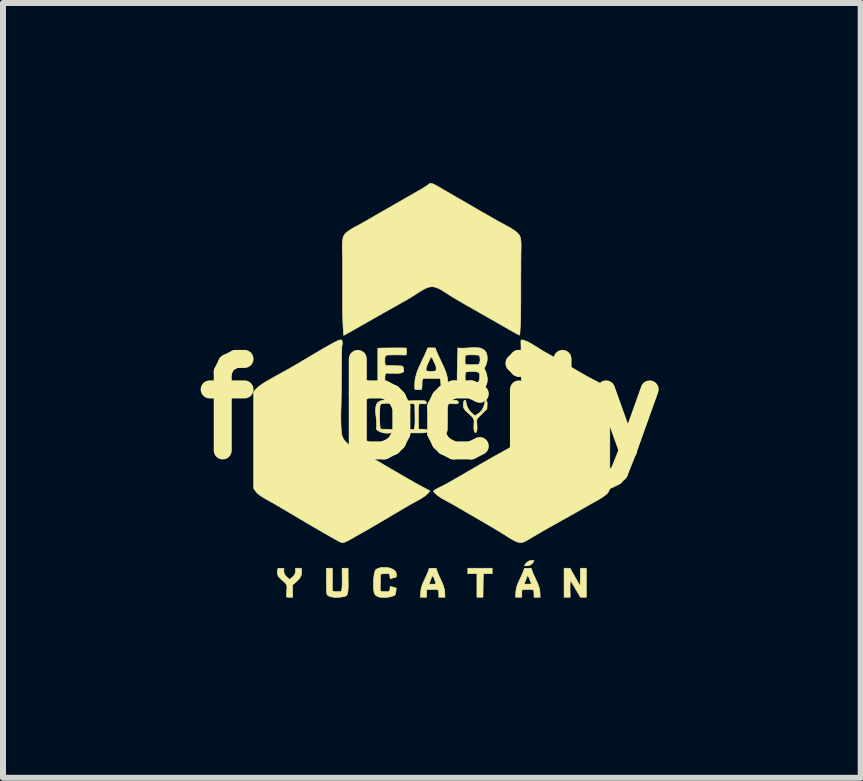
<source format=kicad_pcb>
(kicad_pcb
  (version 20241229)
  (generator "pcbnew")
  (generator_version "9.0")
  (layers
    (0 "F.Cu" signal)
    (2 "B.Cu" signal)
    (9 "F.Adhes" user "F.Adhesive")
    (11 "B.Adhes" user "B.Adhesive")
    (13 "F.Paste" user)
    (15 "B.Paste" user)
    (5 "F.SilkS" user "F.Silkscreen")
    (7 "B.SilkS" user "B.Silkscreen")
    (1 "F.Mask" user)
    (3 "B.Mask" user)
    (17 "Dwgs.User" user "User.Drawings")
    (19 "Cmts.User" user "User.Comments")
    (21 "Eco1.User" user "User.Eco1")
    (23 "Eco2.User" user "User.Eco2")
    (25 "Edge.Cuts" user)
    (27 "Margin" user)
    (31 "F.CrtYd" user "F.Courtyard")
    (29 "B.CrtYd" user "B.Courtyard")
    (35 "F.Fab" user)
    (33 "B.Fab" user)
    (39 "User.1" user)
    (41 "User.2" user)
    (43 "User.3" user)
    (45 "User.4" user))
  (footprint "fabcity"
    (layer "F.Cu")
    (at 4.144 3.764)
    (property "Reference" "fabcity" (at 0 0 0) (layer "F.SilkS") (effects (font (size 1.524 1.524) (thickness 0.3))))
    (attr through_hole)
    (fp_poly (pts (xy 1.005 2.743) (xy 0.861 2.743) (xy 0.858 2.757) (xy 0.858 2.763) (xy 0.857 2.776) (xy 0.857 2.794) (xy 0.856 2.818) (xy 0.855 2.846) (xy 0.855 2.877) (xy 0.854 2.911) (xy 0.854 2.947) (xy 0.854 2.953) (xy 0.852 3.135) (xy 0.751 3.135) (xy 0.751 2.743) (xy 0.599 2.743) (xy 0.599 2.652) (xy 1.005 2.652) (xy 1.005 2.743)) (stroke (width 0.01) (type solid)) (fill yes) (layer "F.SilkS"))
    (fp_poly (pts (xy 1.696 2.523) (xy 1.702 2.526) (xy 1.702 2.531) (xy 1.698 2.539) (xy 1.692 2.548) (xy 1.672 2.572) (xy 1.653 2.589) (xy 1.633 2.601) (xy 1.611 2.608) (xy 1.586 2.611) (xy 1.586 2.611) (xy 1.571 2.611) (xy 1.559 2.611) (xy 1.551 2.61) (xy 1.551 2.61) (xy 1.543 2.609) (xy 1.55 2.596) (xy 1.563 2.578) (xy 1.579 2.56) (xy 1.597 2.545) (xy 1.614 2.534) (xy 1.614 2.534) (xy 1.627 2.528) (xy 1.64 2.525) (xy 1.656 2.523) (xy 1.665 2.523) (xy 1.684 2.522) (xy 1.696 2.523)) (stroke (width 0.01) (type solid)) (fill yes) (layer "F.SilkS"))
    (fp_poly (pts (xy 2.317 2.679) (xy 2.322 2.689) (xy 2.331 2.704) (xy 2.342 2.724) (xy 2.355 2.746) (xy 2.369 2.77) (xy 2.381 2.792) (xy 2.395 2.816) (xy 2.409 2.839) (xy 2.421 2.861) (xy 2.431 2.879) (xy 2.438 2.893) (xy 2.443 2.901) (xy 2.45 2.914) (xy 2.456 2.925) (xy 2.46 2.931) (xy 2.465 2.94) (xy 2.469 2.93) (xy 2.47 2.924) (xy 2.471 2.911) (xy 2.471 2.893) (xy 2.472 2.871) (xy 2.473 2.846) (xy 2.473 2.818) (xy 2.473 2.801) (xy 2.474 2.772) (xy 2.474 2.744) (xy 2.474 2.719) (xy 2.474 2.698) (xy 2.474 2.682) (xy 2.474 2.671) (xy 2.474 2.668) (xy 2.475 2.652) (xy 2.573 2.652) (xy 2.573 3.135) (xy 2.475 3.135) (xy 2.46 3.107) (xy 2.453 3.095) (xy 2.443 3.078) (xy 2.431 3.058) (xy 2.418 3.037) (xy 2.406 3.017) (xy 2.392 2.994) (xy 2.377 2.968) (xy 2.362 2.943) (xy 2.348 2.919) (xy 2.34 2.905) (xy 2.331 2.889) (xy 2.322 2.875) (xy 2.316 2.864) (xy 2.311 2.859) (xy 2.31 2.858) (xy 2.308 2.866) (xy 2.306 2.881) (xy 2.304 2.901) (xy 2.303 2.927) (xy 2.302 2.957) (xy 2.302 2.99) (xy 2.302 3.027) (xy 2.303 3.034) (xy 2.305 3.135) (xy 2.203 3.135) (xy 2.203 2.652) (xy 2.303 2.652) (xy 2.317 2.679)) (stroke (width 0.01) (type solid)) (fill yes) (layer "F.SilkS"))
    (fp_poly (pts (xy -1.395 2.719) (xy -1.395 2.741) (xy -1.395 2.768) (xy -1.395 2.799) (xy -1.394 2.832) (xy -1.394 2.865) (xy -1.394 2.892) (xy -1.393 2.932) (xy -1.394 2.967) (xy -1.395 2.995) (xy -1.396 3.02) (xy -1.399 3.041) (xy -1.403 3.06) (xy -1.407 3.077) (xy -1.412 3.09) (xy -1.417 3.101) (xy -1.422 3.108) (xy -1.429 3.113) (xy -1.439 3.117) (xy -1.462 3.123) (xy -1.49 3.129) (xy -1.521 3.133) (xy -1.553 3.136) (xy -1.586 3.137) (xy -1.616 3.137) (xy -1.634 3.135) (xy -1.667 3.13) (xy -1.695 3.122) (xy -1.718 3.113) (xy -1.735 3.103) (xy -1.741 3.098) (xy -1.744 3.093) (xy -1.747 3.087) (xy -1.749 3.078) (xy -1.751 3.065) (xy -1.752 3.049) (xy -1.754 3.029) (xy -1.755 3.004) (xy -1.755 2.974) (xy -1.756 2.939) (xy -1.756 2.897) (xy -1.756 2.849) (xy -1.756 2.836) (xy -1.756 2.652) (xy -1.658 2.652) (xy -1.658 3.026) (xy -1.649 3.032) (xy -1.638 3.038) (xy -1.622 3.041) (xy -1.602 3.043) (xy -1.576 3.043) (xy -1.558 3.042) (xy -1.51 3.04) (xy -1.506 3.026) (xy -1.503 3.014) (xy -1.5 3.004) (xy -1.498 2.993) (xy -1.497 2.981) (xy -1.496 2.968) (xy -1.495 2.952) (xy -1.494 2.934) (xy -1.494 2.911) (xy -1.494 2.883) (xy -1.494 2.849) (xy -1.494 2.811) (xy -1.495 2.652) (xy -1.445 2.652) (xy -1.395 2.652) (xy -1.395 2.719)) (stroke (width 0.01) (type solid)) (fill yes) (layer "F.SilkS"))
    (fp_poly (pts (xy -2.465 2.688) (xy -2.465 2.706) (xy -2.464 2.718) (xy -2.462 2.729) (xy -2.458 2.739) (xy -2.456 2.744) (xy -2.449 2.758) (xy -2.441 2.771) (xy -2.436 2.778) (xy -2.43 2.784) (xy -2.421 2.794) (xy -2.409 2.804) (xy -2.397 2.815) (xy -2.386 2.825) (xy -2.376 2.833) (xy -2.369 2.837) (xy -2.368 2.838) (xy -2.363 2.835) (xy -2.355 2.829) (xy -2.344 2.819) (xy -2.331 2.808) (xy -2.319 2.796) (xy -2.308 2.785) (xy -2.299 2.776) (xy -2.296 2.772) (xy -2.284 2.753) (xy -2.276 2.731) (xy -2.272 2.707) (xy -2.271 2.684) (xy -2.271 2.652) (xy -2.174 2.652) (xy -2.172 2.664) (xy -2.17 2.679) (xy -2.17 2.698) (xy -2.17 2.719) (xy -2.172 2.739) (xy -2.175 2.756) (xy -2.175 2.759) (xy -2.182 2.779) (xy -2.19 2.798) (xy -2.201 2.816) (xy -2.216 2.835) (xy -2.235 2.855) (xy -2.259 2.877) (xy -2.276 2.892) (xy -2.319 2.929) (xy -2.319 3.135) (xy -2.368 3.135) (xy -2.388 3.135) (xy -2.402 3.135) (xy -2.411 3.134) (xy -2.416 3.132) (xy -2.419 3.13) (xy -2.419 3.129) (xy -2.42 3.124) (xy -2.42 3.112) (xy -2.42 3.095) (xy -2.419 3.074) (xy -2.418 3.051) (xy -2.417 3.026) (xy -2.415 3) (xy -2.414 2.993) (xy -2.414 2.969) (xy -2.416 2.948) (xy -2.422 2.929) (xy -2.432 2.91) (xy -2.447 2.892) (xy -2.468 2.872) (xy -2.491 2.853) (xy -2.515 2.832) (xy -2.534 2.815) (xy -2.548 2.799) (xy -2.558 2.784) (xy -2.565 2.769) (xy -2.569 2.752) (xy -2.571 2.733) (xy -2.572 2.725) (xy -2.572 2.702) (xy -2.57 2.683) (xy -2.568 2.672) (xy -2.563 2.654) (xy -2.514 2.653) (xy -2.465 2.652) (xy -2.465 2.688)) (stroke (width 0.01) (type solid)) (fill yes) (layer "F.SilkS"))
    (fp_poly (pts (xy 0.076 2.668) (xy 0.084 2.692) (xy 0.095 2.723) (xy 0.111 2.759) (xy 0.129 2.801) (xy 0.142 2.828) (xy 0.161 2.869) (xy 0.177 2.906) (xy 0.19 2.939) (xy 0.199 2.969) (xy 0.207 2.998) (xy 0.212 3.027) (xy 0.215 3.057) (xy 0.217 3.085) (xy 0.219 3.135) (xy 0.116 3.135) (xy 0.116 3.083) (xy 0.116 3.057) (xy 0.114 3.038) (xy 0.113 3.026) (xy 0.111 3.023) (xy 0.107 3.017) (xy 0.099 3.012) (xy 0.087 3.009) (xy 0.071 3.007) (xy 0.05 3.006) (xy 0.023 3.006) (xy -0.01 3.007) (xy -0.083 3.009) (xy -0.086 3.02) (xy -0.087 3.028) (xy -0.088 3.041) (xy -0.088 3.058) (xy -0.088 3.078) (xy -0.088 3.083) (xy -0.087 3.135) (xy -0.19 3.135) (xy -0.188 3.08) (xy -0.186 3.05) (xy -0.183 3.023) (xy -0.179 2.998) (xy -0.174 2.973) (xy -0.166 2.947) (xy -0.156 2.919) (xy -0.154 2.915) (xy -0.047 2.915) (xy -0.044 2.916) (xy -0.034 2.917) (xy -0.02 2.917) (xy -0.002 2.917) (xy 0.009 2.917) (xy 0.065 2.917) (xy 0.065 2.909) (xy 0.064 2.899) (xy 0.06 2.884) (xy 0.055 2.866) (xy 0.049 2.848) (xy 0.043 2.831) (xy 0.037 2.817) (xy 0.036 2.815) (xy 0.028 2.803) (xy 0.02 2.791) (xy 0.015 2.785) (xy 0.005 2.776) (xy 0.000221 2.791) (xy -0.003 2.8) (xy -0.008 2.814) (xy -0.015 2.831) (xy -0.022 2.851) (xy -0.026 2.86) (xy -0.033 2.878) (xy -0.039 2.894) (xy -0.044 2.906) (xy -0.047 2.914) (xy -0.047 2.915) (xy -0.154 2.915) (xy -0.143 2.888) (xy -0.126 2.852) (xy -0.114 2.825) (xy -0.098 2.793) (xy -0.086 2.766) (xy -0.076 2.743) (xy -0.068 2.724) (xy -0.061 2.707) (xy -0.056 2.692) (xy -0.051 2.676) (xy -0.045 2.654) (xy 0.014 2.653) (xy 0.072 2.652) (xy 0.076 2.668)) (stroke (width 0.01) (type solid)) (fill yes) (layer "F.SilkS"))
    (fp_poly (pts (xy 0.565 -0.143) (xy 0.566 -0.137) (xy 0.566 -0.136) (xy 0.567 -0.123) (xy 0.57 -0.105) (xy 0.575 -0.085) (xy 0.581 -0.065) (xy 0.587 -0.046) (xy 0.588 -0.043) (xy 0.606 -0.006) (xy 0.629 0.029) (xy 0.657 0.061) (xy 0.688 0.088) (xy 0.698 0.096) (xy 0.718 0.11) (xy 0.743 0.097) (xy 0.778 0.074) (xy 0.809 0.048) (xy 0.834 0.017) (xy 0.855 -0.019) (xy 0.871 -0.061) (xy 0.883 -0.108) (xy 0.886 -0.121) (xy 0.889 -0.135) (xy 0.892 -0.142) (xy 0.896 -0.145) (xy 0.903 -0.142) (xy 0.906 -0.14) (xy 0.912 -0.134) (xy 0.917 -0.126) (xy 0.919 -0.114) (xy 0.921 -0.098) (xy 0.921 -0.076) (xy 0.92 -0.056) (xy 0.918 -0.003) (xy 0.835 0.079) (xy 0.811 0.103) (xy 0.792 0.121) (xy 0.777 0.137) (xy 0.766 0.15) (xy 0.758 0.162) (xy 0.752 0.173) (xy 0.749 0.184) (xy 0.748 0.197) (xy 0.748 0.212) (xy 0.749 0.23) (xy 0.751 0.252) (xy 0.751 0.258) (xy 0.752 0.28) (xy 0.753 0.301) (xy 0.754 0.319) (xy 0.753 0.333) (xy 0.753 0.337) (xy 0.749 0.355) (xy 0.744 0.372) (xy 0.737 0.385) (xy 0.732 0.391) (xy 0.728 0.393) (xy 0.723 0.391) (xy 0.717 0.384) (xy 0.711 0.374) (xy 0.706 0.364) (xy 0.703 0.351) (xy 0.701 0.337) (xy 0.7 0.318) (xy 0.7 0.294) (xy 0.701 0.265) (xy 0.702 0.249) (xy 0.703 0.222) (xy 0.703 0.202) (xy 0.702 0.187) (xy 0.701 0.179) (xy 0.693 0.16) (xy 0.68 0.14) (xy 0.661 0.118) (xy 0.636 0.094) (xy 0.625 0.084) (xy 0.598 0.061) (xy 0.577 0.041) (xy 0.56 0.024) (xy 0.548 0.009) (xy 0.538 -0.005) (xy 0.535 -0.011) (xy 0.53 -0.021) (xy 0.527 -0.03) (xy 0.525 -0.04) (xy 0.525 -0.053) (xy 0.524 -0.067) (xy 0.525 -0.089) (xy 0.527 -0.105) (xy 0.53 -0.119) (xy 0.532 -0.123) (xy 0.536 -0.135) (xy 0.54 -0.141) (xy 0.545 -0.143) (xy 0.553 -0.144) (xy 0.561 -0.145) (xy 0.565 -0.143)) (stroke (width 0.01) (type solid)) (fill yes) (layer "F.SilkS"))
    (fp_poly (pts (xy 1.663 2.673) (xy 1.669 2.691) (xy 1.675 2.709) (xy 1.683 2.729) (xy 1.692 2.751) (xy 1.704 2.778) (xy 1.719 2.809) (xy 1.723 2.818) (xy 1.742 2.859) (xy 1.758 2.894) (xy 1.77 2.926) (xy 1.781 2.954) (xy 1.788 2.981) (xy 1.794 3.006) (xy 1.798 3.032) (xy 1.801 3.059) (xy 1.802 3.083) (xy 1.805 3.135) (xy 1.702 3.135) (xy 1.702 3.083) (xy 1.701 3.057) (xy 1.7 3.038) (xy 1.698 3.026) (xy 1.697 3.023) (xy 1.692 3.017) (xy 1.685 3.012) (xy 1.673 3.009) (xy 1.656 3.007) (xy 1.635 3.006) (xy 1.607 3.006) (xy 1.577 3.007) (xy 1.505 3.009) (xy 1.502 3.019) (xy 1.5 3.026) (xy 1.499 3.038) (xy 1.499 3.055) (xy 1.498 3.074) (xy 1.498 3.082) (xy 1.498 3.135) (xy 1.396 3.135) (xy 1.398 3.08) (xy 1.399 3.052) (xy 1.401 3.028) (xy 1.405 3.004) (xy 1.409 2.982) (xy 1.415 2.958) (xy 1.424 2.934) (xy 1.432 2.913) (xy 1.539 2.913) (xy 1.542 2.915) (xy 1.551 2.916) (xy 1.564 2.916) (xy 1.581 2.917) (xy 1.598 2.917) (xy 1.615 2.916) (xy 1.63 2.916) (xy 1.642 2.915) (xy 1.649 2.914) (xy 1.658 2.911) (xy 1.662 2.908) (xy 1.662 2.908) (xy 1.66 2.905) (xy 1.655 2.897) (xy 1.653 2.894) (xy 1.648 2.885) (xy 1.642 2.871) (xy 1.636 2.855) (xy 1.633 2.846) (xy 1.623 2.818) (xy 1.613 2.798) (xy 1.603 2.784) (xy 1.597 2.78) (xy 1.593 2.778) (xy 1.59 2.78) (xy 1.587 2.787) (xy 1.584 2.795) (xy 1.581 2.806) (xy 1.575 2.821) (xy 1.568 2.839) (xy 1.56 2.858) (xy 1.559 2.863) (xy 1.551 2.88) (xy 1.545 2.895) (xy 1.541 2.906) (xy 1.539 2.912) (xy 1.539 2.913) (xy 1.432 2.913) (xy 1.434 2.907) (xy 1.447 2.876) (xy 1.463 2.841) (xy 1.481 2.805) (xy 1.492 2.781) (xy 1.503 2.756) (xy 1.513 2.732) (xy 1.522 2.712) (xy 1.528 2.695) (xy 1.529 2.692) (xy 1.542 2.654) (xy 1.6 2.653) (xy 1.658 2.652) (xy 1.663 2.673)) (stroke (width 0.01) (type solid)) (fill yes) (layer "F.SilkS"))
    (fp_poly (pts (xy 0.348 -0.146) (xy 0.367 -0.146) (xy 0.382 -0.146) (xy 0.393 -0.145) (xy 0.402 -0.145) (xy 0.408 -0.144) (xy 0.412 -0.143) (xy 0.416 -0.141) (xy 0.418 -0.14) (xy 0.429 -0.133) (xy 0.438 -0.125) (xy 0.439 -0.123) (xy 0.444 -0.113) (xy 0.442 -0.103) (xy 0.433 -0.095) (xy 0.427 -0.092) (xy 0.422 -0.09) (xy 0.416 -0.088) (xy 0.408 -0.088) (xy 0.396 -0.087) (xy 0.38 -0.088) (xy 0.358 -0.088) (xy 0.348 -0.089) (xy 0.323 -0.089) (xy 0.305 -0.09) (xy 0.291 -0.089) (xy 0.283 -0.089) (xy 0.278 -0.087) (xy 0.277 -0.086) (xy 0.274 -0.081) (xy 0.271 -0.07) (xy 0.267 -0.057) (xy 0.266 -0.054) (xy 0.265 -0.048) (xy 0.263 -0.041) (xy 0.262 -0.033) (xy 0.261 -0.023) (xy 0.261 -0.01) (xy 0.26 0.005) (xy 0.26 0.024) (xy 0.26 0.048) (xy 0.26 0.077) (xy 0.259 0.111) (xy 0.259 0.152) (xy 0.259 0.158) (xy 0.259 0.2) (xy 0.259 0.235) (xy 0.259 0.265) (xy 0.259 0.289) (xy 0.259 0.309) (xy 0.258 0.325) (xy 0.257 0.337) (xy 0.257 0.347) (xy 0.256 0.356) (xy 0.254 0.363) (xy 0.253 0.369) (xy 0.253 0.369) (xy 0.249 0.382) (xy 0.246 0.392) (xy 0.243 0.397) (xy 0.243 0.397) (xy 0.24 0.396) (xy 0.234 0.39) (xy 0.233 0.387) (xy 0.224 0.369) (xy 0.216 0.344) (xy 0.21 0.315) (xy 0.21 0.314) (xy 0.209 0.303) (xy 0.208 0.289) (xy 0.207 0.27) (xy 0.208 0.247) (xy 0.208 0.218) (xy 0.209 0.189) (xy 0.211 0.134) (xy 0.212 0.087) (xy 0.212 0.046) (xy 0.212 0.012) (xy 0.211 -0.016) (xy 0.21 -0.038) (xy 0.208 -0.053) (xy 0.207 -0.055) (xy 0.205 -0.068) (xy 0.202 -0.076) (xy 0.198 -0.08) (xy 0.192 -0.083) (xy 0.187 -0.084) (xy 0.177 -0.086) (xy 0.159 -0.087) (xy 0.135 -0.088) (xy 0.104 -0.088) (xy 0.099 -0.088) (xy 0.025 -0.087) (xy 0.025 -0.112) (xy 0.026 -0.127) (xy 0.028 -0.137) (xy 0.03 -0.141) (xy 0.035 -0.142) (xy 0.046 -0.142) (xy 0.065 -0.143) (xy 0.089 -0.144) (xy 0.12 -0.144) (xy 0.156 -0.145) (xy 0.198 -0.145) (xy 0.22 -0.146) (xy 0.261 -0.146) (xy 0.296 -0.146) (xy 0.325 -0.146) (xy 0.348 -0.146)) (stroke (width 0.01) (type solid)) (fill yes) (layer "F.SilkS"))
    (fp_poly (pts (xy -0.526 -1.018) (xy -0.499 -1.018) (xy -0.478 -1.018) (xy -0.461 -1.017) (xy -0.448 -1.017) (xy -0.439 -1.016) (xy -0.432 -1.016) (xy -0.428 -1.015) (xy -0.426 -1.014) (xy -0.425 -1.013) (xy -0.424 -1.007) (xy -0.423 -0.996) (xy -0.423 -0.98) (xy -0.423 -0.962) (xy -0.423 -0.959) (xy -0.423 -0.938) (xy -0.424 -0.923) (xy -0.425 -0.913) (xy -0.427 -0.907) (xy -0.428 -0.906) (xy -0.43 -0.904) (xy -0.433 -0.902) (xy -0.437 -0.901) (xy -0.445 -0.901) (xy -0.455 -0.9) (xy -0.47 -0.9) (xy -0.489 -0.901) (xy -0.514 -0.901) (xy -0.545 -0.902) (xy -0.553 -0.902) (xy -0.596 -0.902) (xy -0.636 -0.902) (xy -0.672 -0.902) (xy -0.702 -0.901) (xy -0.728 -0.9) (xy -0.747 -0.898) (xy -0.76 -0.895) (xy -0.763 -0.894) (xy -0.771 -0.887) (xy -0.777 -0.874) (xy -0.781 -0.853) (xy -0.783 -0.825) (xy -0.783 -0.823) (xy -0.783 -0.795) (xy -0.782 -0.77) (xy -0.779 -0.751) (xy -0.775 -0.736) (xy -0.77 -0.729) (xy -0.768 -0.727) (xy -0.763 -0.727) (xy -0.751 -0.726) (xy -0.734 -0.725) (xy -0.712 -0.724) (xy -0.686 -0.724) (xy -0.658 -0.723) (xy -0.631 -0.722) (xy -0.594 -0.721) (xy -0.562 -0.721) (xy -0.536 -0.719) (xy -0.515 -0.718) (xy -0.501 -0.717) (xy -0.494 -0.716) (xy -0.493 -0.716) (xy -0.484 -0.708) (xy -0.477 -0.694) (xy -0.472 -0.673) (xy -0.469 -0.652) (xy -0.467 -0.622) (xy -0.485 -0.613) (xy -0.495 -0.608) (xy -0.505 -0.604) (xy -0.515 -0.601) (xy -0.528 -0.598) (xy -0.544 -0.597) (xy -0.563 -0.596) (xy -0.587 -0.595) (xy -0.616 -0.595) (xy -0.651 -0.596) (xy -0.656 -0.596) (xy -0.767 -0.597) (xy -0.775 -0.577) (xy -0.777 -0.571) (xy -0.778 -0.564) (xy -0.78 -0.555) (xy -0.781 -0.544) (xy -0.781 -0.53) (xy -0.782 -0.512) (xy -0.782 -0.489) (xy -0.783 -0.459) (xy -0.783 -0.445) (xy -0.784 -0.333) (xy -0.794 -0.33) (xy -0.804 -0.327) (xy -0.82 -0.326) (xy -0.838 -0.325) (xy -0.855 -0.325) (xy -0.87 -0.326) (xy -0.877 -0.327) (xy -0.888 -0.329) (xy -0.895 -0.331) (xy -0.896 -0.332) (xy -0.897 -0.336) (xy -0.898 -0.347) (xy -0.898 -0.365) (xy -0.899 -0.39) (xy -0.899 -0.422) (xy -0.899 -0.46) (xy -0.9 -0.505) (xy -0.9 -0.556) (xy -0.9 -0.613) (xy -0.9 -0.673) (xy -0.9 -1.011) (xy -0.877 -1.014) (xy -0.869 -1.015) (xy -0.855 -1.015) (xy -0.835 -1.016) (xy -0.81 -1.016) (xy -0.78 -1.017) (xy -0.747 -1.017) (xy -0.711 -1.017) (xy -0.673 -1.018) (xy -0.641 -1.018) (xy -0.596 -1.018) (xy -0.558 -1.018) (xy -0.526 -1.018)) (stroke (width 0.01) (type solid)) (fill yes) (layer "F.SilkS"))
    (fp_poly (pts (xy -0.761 2.64) (xy -0.736 2.642) (xy -0.715 2.645) (xy -0.706 2.647) (xy -0.671 2.659) (xy -0.642 2.674) (xy -0.619 2.692) (xy -0.603 2.713) (xy -0.593 2.736) (xy -0.591 2.761) (xy -0.591 2.78) (xy -0.594 2.794) (xy -0.599 2.802) (xy -0.607 2.805) (xy -0.609 2.805) (xy -0.618 2.806) (xy -0.631 2.809) (xy -0.646 2.813) (xy -0.654 2.816) (xy -0.669 2.82) (xy -0.682 2.824) (xy -0.69 2.826) (xy -0.692 2.827) (xy -0.694 2.823) (xy -0.696 2.814) (xy -0.697 2.802) (xy -0.698 2.799) (xy -0.699 2.781) (xy -0.703 2.765) (xy -0.706 2.757) (xy -0.713 2.743) (xy -0.769 2.743) (xy -0.796 2.744) (xy -0.817 2.745) (xy -0.833 2.746) (xy -0.844 2.749) (xy -0.85 2.754) (xy -0.854 2.759) (xy -0.855 2.761) (xy -0.855 2.767) (xy -0.856 2.779) (xy -0.857 2.796) (xy -0.857 2.819) (xy -0.858 2.844) (xy -0.859 2.873) (xy -0.859 2.898) (xy -0.859 2.931) (xy -0.86 2.959) (xy -0.86 2.98) (xy -0.86 2.996) (xy -0.859 3.009) (xy -0.859 3.017) (xy -0.858 3.023) (xy -0.857 3.027) (xy -0.855 3.029) (xy -0.854 3.031) (xy -0.842 3.037) (xy -0.825 3.041) (xy -0.801 3.043) (xy -0.772 3.042) (xy -0.759 3.042) (xy -0.74 3.041) (xy -0.727 3.039) (xy -0.718 3.038) (xy -0.713 3.036) (xy -0.709 3.033) (xy -0.706 3.029) (xy -0.702 3.022) (xy -0.7 3.011) (xy -0.698 2.996) (xy -0.697 2.988) (xy -0.696 2.971) (xy -0.694 2.961) (xy -0.692 2.957) (xy -0.691 2.957) (xy -0.68 2.958) (xy -0.664 2.962) (xy -0.646 2.966) (xy -0.628 2.972) (xy -0.621 2.974) (xy -0.594 2.984) (xy -0.596 3.015) (xy -0.599 3.038) (xy -0.603 3.059) (xy -0.607 3.078) (xy -0.613 3.093) (xy -0.615 3.097) (xy -0.621 3.102) (xy -0.633 3.108) (xy -0.65 3.115) (xy -0.669 3.121) (xy -0.691 3.127) (xy -0.712 3.132) (xy -0.72 3.133) (xy -0.741 3.136) (xy -0.766 3.138) (xy -0.793 3.138) (xy -0.82 3.138) (xy -0.845 3.137) (xy -0.865 3.134) (xy -0.87 3.133) (xy -0.9 3.124) (xy -0.925 3.111) (xy -0.943 3.094) (xy -0.956 3.074) (xy -0.961 3.058) (xy -0.967 3.026) (xy -0.97 2.988) (xy -0.972 2.946) (xy -0.972 2.902) (xy -0.971 2.858) (xy -0.968 2.815) (xy -0.963 2.774) (xy -0.958 2.742) (xy -0.951 2.715) (xy -0.944 2.695) (xy -0.936 2.681) (xy -0.93 2.674) (xy -0.919 2.666) (xy -0.903 2.658) (xy -0.884 2.651) (xy -0.864 2.645) (xy -0.856 2.643) (xy -0.837 2.64) (xy -0.814 2.639) (xy -0.788 2.639) (xy -0.761 2.64)) (stroke (width 0.01) (type solid)) (fill yes) (layer "F.SilkS"))
    (fp_poly (pts (xy -0.733 -0.151) (xy -0.695 -0.147) (xy -0.66 -0.141) (xy -0.628 -0.131) (xy -0.6 -0.12) (xy -0.578 -0.106) (xy -0.565 -0.094) (xy -0.556 -0.084) (xy -0.553 -0.075) (xy -0.552 -0.065) (xy -0.555 -0.047) (xy -0.565 -0.03) (xy -0.581 -0.015) (xy -0.585 -0.012) (xy -0.595 -0.006) (xy -0.603 -0.004) (xy -0.607 -0.008) (xy -0.61 -0.017) (xy -0.611 -0.032) (xy -0.611 -0.044) (xy -0.612 -0.06) (xy -0.612 -0.07) (xy -0.613 -0.076) (xy -0.616 -0.08) (xy -0.62 -0.082) (xy -0.621 -0.082) (xy -0.628 -0.085) (xy -0.641 -0.088) (xy -0.657 -0.091) (xy -0.664 -0.093) (xy -0.688 -0.096) (xy -0.715 -0.097) (xy -0.745 -0.097) (xy -0.774 -0.096) (xy -0.802 -0.094) (xy -0.825 -0.09) (xy -0.833 -0.088) (xy -0.841 -0.086) (xy -0.847 -0.084) (xy -0.852 -0.081) (xy -0.856 -0.077) (xy -0.859 -0.071) (xy -0.862 -0.061) (xy -0.863 -0.048) (xy -0.865 -0.03) (xy -0.866 -0.006) (xy -0.867 0.023) (xy -0.868 0.035) (xy -0.869 0.072) (xy -0.87 0.104) (xy -0.87 0.134) (xy -0.87 0.164) (xy -0.869 0.197) (xy -0.868 0.217) (xy -0.866 0.248) (xy -0.865 0.273) (xy -0.863 0.293) (xy -0.862 0.307) (xy -0.861 0.317) (xy -0.859 0.324) (xy -0.857 0.329) (xy -0.854 0.331) (xy -0.85 0.333) (xy -0.846 0.334) (xy -0.838 0.335) (xy -0.825 0.336) (xy -0.807 0.337) (xy -0.785 0.337) (xy -0.762 0.337) (xy -0.758 0.337) (xy -0.734 0.338) (xy -0.711 0.338) (xy -0.691 0.339) (xy -0.675 0.34) (xy -0.665 0.341) (xy -0.664 0.341) (xy -0.648 0.344) (xy -0.636 0.343) (xy -0.627 0.337) (xy -0.621 0.326) (xy -0.616 0.309) (xy -0.614 0.294) (xy -0.611 0.277) (xy -0.609 0.265) (xy -0.606 0.258) (xy -0.601 0.255) (xy -0.593 0.254) (xy -0.582 0.254) (xy -0.58 0.254) (xy -0.567 0.254) (xy -0.559 0.255) (xy -0.555 0.257) (xy -0.552 0.262) (xy -0.551 0.264) (xy -0.548 0.279) (xy -0.547 0.296) (xy -0.549 0.314) (xy -0.553 0.327) (xy -0.567 0.348) (xy -0.587 0.365) (xy -0.613 0.38) (xy -0.644 0.391) (xy -0.648 0.392) (xy -0.668 0.396) (xy -0.693 0.399) (xy -0.72 0.401) (xy -0.747 0.402) (xy -0.772 0.401) (xy -0.789 0.399) (xy -0.824 0.392) (xy -0.856 0.381) (xy -0.883 0.368) (xy -0.905 0.353) (xy -0.911 0.348) (xy -0.926 0.333) (xy -0.923 0.313) (xy -0.921 0.29) (xy -0.92 0.262) (xy -0.921 0.23) (xy -0.922 0.196) (xy -0.925 0.161) (xy -0.929 0.131) (xy -0.935 0.078) (xy -0.937 0.032) (xy -0.937 -0.008) (xy -0.932 -0.042) (xy -0.925 -0.07) (xy -0.914 -0.092) (xy -0.913 -0.093) (xy -0.897 -0.112) (xy -0.874 -0.127) (xy -0.846 -0.139) (xy -0.813 -0.147) (xy -0.775 -0.151) (xy -0.735 -0.151) (xy -0.733 -0.151)) (stroke (width 0.01) (type solid)) (fill yes) (layer "F.SilkS"))
    (fp_poly (pts (xy -0.171 -0.139) (xy -0.15 -0.139) (xy -0.133 -0.139) (xy -0.122 -0.138) (xy -0.118 -0.137) (xy -0.104 -0.13) (xy -0.094 -0.119) (xy -0.089 -0.11) (xy -0.089 -0.101) (xy -0.095 -0.094) (xy -0.098 -0.091) (xy -0.103 -0.088) (xy -0.109 -0.087) (xy -0.119 -0.087) (xy -0.133 -0.088) (xy -0.146 -0.088) (xy -0.172 -0.089) (xy -0.192 -0.088) (xy -0.205 -0.085) (xy -0.213 -0.081) (xy -0.216 -0.077) (xy -0.218 -0.064) (xy -0.22 -0.044) (xy -0.222 -0.017) (xy -0.223 0.016) (xy -0.224 0.057) (xy -0.224 0.105) (xy -0.224 0.159) (xy -0.224 0.171) (xy -0.224 0.21) (xy -0.224 0.242) (xy -0.223 0.268) (xy -0.223 0.289) (xy -0.222 0.304) (xy -0.222 0.316) (xy -0.221 0.324) (xy -0.22 0.329) (xy -0.219 0.332) (xy -0.218 0.333) (xy -0.212 0.334) (xy -0.201 0.335) (xy -0.185 0.336) (xy -0.166 0.337) (xy -0.153 0.337) (xy -0.131 0.338) (xy -0.114 0.339) (xy -0.103 0.341) (xy -0.095 0.342) (xy -0.089 0.344) (xy -0.084 0.347) (xy -0.075 0.356) (xy -0.074 0.365) (xy -0.079 0.375) (xy -0.08 0.376) (xy -0.085 0.381) (xy -0.09 0.386) (xy -0.096 0.389) (xy -0.103 0.392) (xy -0.113 0.394) (xy -0.126 0.395) (xy -0.142 0.396) (xy -0.163 0.397) (xy -0.19 0.397) (xy -0.222 0.397) (xy -0.243 0.397) (xy -0.274 0.397) (xy -0.303 0.397) (xy -0.33 0.397) (xy -0.354 0.396) (xy -0.373 0.396) (xy -0.387 0.395) (xy -0.393 0.395) (xy -0.409 0.392) (xy -0.423 0.388) (xy -0.435 0.383) (xy -0.442 0.378) (xy -0.443 0.375) (xy -0.44 0.364) (xy -0.432 0.353) (xy -0.422 0.344) (xy -0.419 0.343) (xy -0.406 0.339) (xy -0.389 0.338) (xy -0.368 0.338) (xy -0.345 0.339) (xy -0.326 0.342) (xy -0.312 0.344) (xy -0.302 0.344) (xy -0.297 0.34) (xy -0.294 0.332) (xy -0.291 0.319) (xy -0.288 0.305) (xy -0.285 0.291) (xy -0.284 0.275) (xy -0.282 0.259) (xy -0.281 0.239) (xy -0.281 0.217) (xy -0.28 0.19) (xy -0.28 0.158) (xy -0.281 0.121) (xy -0.281 0.077) (xy -0.281 0.077) (xy -0.282 0.039) (xy -0.283 0.007) (xy -0.283 -0.018) (xy -0.284 -0.039) (xy -0.284 -0.054) (xy -0.285 -0.066) (xy -0.286 -0.074) (xy -0.287 -0.08) (xy -0.288 -0.083) (xy -0.289 -0.085) (xy -0.291 -0.086) (xy -0.292 -0.086) (xy -0.298 -0.087) (xy -0.31 -0.087) (xy -0.326 -0.088) (xy -0.345 -0.088) (xy -0.351 -0.088) (xy -0.376 -0.088) (xy -0.395 -0.088) (xy -0.408 -0.09) (xy -0.417 -0.094) (xy -0.422 -0.1) (xy -0.424 -0.108) (xy -0.424 -0.116) (xy -0.423 -0.127) (xy -0.418 -0.132) (xy -0.416 -0.133) (xy -0.411 -0.134) (xy -0.399 -0.135) (xy -0.382 -0.136) (xy -0.36 -0.137) (xy -0.336 -0.138) (xy -0.308 -0.138) (xy -0.28 -0.139) (xy -0.251 -0.139) (xy -0.222 -0.139) (xy -0.195 -0.139) (xy -0.171 -0.139)) (stroke (width 0.01) (type solid)) (fill yes) (layer "F.SilkS"))
    (fp_poly (pts (xy -0.019 -1.019) (xy -0.007 -1.019) (xy 0.055 -1.018) (xy 0.076 -0.965) (xy 0.083 -0.949) (xy 0.092 -0.927) (xy 0.104 -0.901) (xy 0.117 -0.873) (xy 0.131 -0.843) (xy 0.145 -0.814) (xy 0.15 -0.804) (xy 0.172 -0.757) (xy 0.191 -0.716) (xy 0.207 -0.68) (xy 0.221 -0.647) (xy 0.232 -0.617) (xy 0.241 -0.589) (xy 0.249 -0.561) (xy 0.255 -0.534) (xy 0.261 -0.505) (xy 0.264 -0.492) (xy 0.265 -0.478) (xy 0.267 -0.46) (xy 0.268 -0.439) (xy 0.269 -0.417) (xy 0.27 -0.395) (xy 0.27 -0.374) (xy 0.27 -0.356) (xy 0.27 -0.341) (xy 0.269 -0.331) (xy 0.267 -0.328) (xy 0.263 -0.327) (xy 0.253 -0.326) (xy 0.238 -0.324) (xy 0.222 -0.324) (xy 0.201 -0.323) (xy 0.186 -0.324) (xy 0.175 -0.325) (xy 0.167 -0.328) (xy 0.154 -0.333) (xy 0.151 -0.398) (xy 0.15 -0.432) (xy 0.147 -0.461) (xy 0.144 -0.484) (xy 0.139 -0.5) (xy 0.136 -0.508) (xy 0.132 -0.509) (xy 0.121 -0.51) (xy 0.105 -0.51) (xy 0.085 -0.511) (xy 0.06 -0.511) (xy 0.031 -0.512) (xy 0.001 -0.512) (xy -0.003 -0.512) (xy -0.14 -0.512) (xy -0.148 -0.503) (xy -0.153 -0.496) (xy -0.158 -0.486) (xy -0.16 -0.474) (xy -0.162 -0.458) (xy -0.163 -0.437) (xy -0.163 -0.416) (xy -0.164 -0.384) (xy -0.166 -0.359) (xy -0.168 -0.34) (xy -0.172 -0.329) (xy -0.175 -0.326) (xy -0.181 -0.325) (xy -0.192 -0.324) (xy -0.207 -0.323) (xy -0.224 -0.323) (xy -0.241 -0.323) (xy -0.257 -0.324) (xy -0.27 -0.325) (xy -0.278 -0.326) (xy -0.279 -0.326) (xy -0.281 -0.329) (xy -0.283 -0.334) (xy -0.284 -0.342) (xy -0.284 -0.355) (xy -0.285 -0.373) (xy -0.285 -0.394) (xy -0.284 -0.426) (xy -0.283 -0.452) (xy -0.281 -0.475) (xy -0.278 -0.498) (xy -0.272 -0.524) (xy -0.266 -0.55) (xy -0.261 -0.568) (xy -0.256 -0.587) (xy -0.25 -0.605) (xy -0.243 -0.625) (xy -0.237 -0.642) (xy -0.099 -0.642) (xy -0.085 -0.636) (xy -0.064 -0.63) (xy -0.038 -0.627) (xy -0.009 -0.626) (xy 0.023 -0.628) (xy 0.048 -0.632) (xy 0.059 -0.635) (xy 0.066 -0.637) (xy 0.069 -0.642) (xy 0.07 -0.647) (xy 0.072 -0.664) (xy 0.072 -0.684) (xy 0.07 -0.703) (xy 0.069 -0.709) (xy 0.066 -0.718) (xy 0.06 -0.731) (xy 0.053 -0.748) (xy 0.045 -0.766) (xy 0.04 -0.777) (xy 0.031 -0.796) (xy 0.023 -0.814) (xy 0.016 -0.829) (xy 0.012 -0.841) (xy 0.011 -0.845) (xy 0.008 -0.854) (xy 0.004 -0.859) (xy -0.002 -0.86) (xy -0.007 -0.86) (xy -0.017 -0.859) (xy -0.022 -0.856) (xy -0.024 -0.852) (xy -0.026 -0.846) (xy -0.031 -0.835) (xy -0.038 -0.82) (xy -0.046 -0.801) (xy -0.055 -0.784) (xy -0.068 -0.755) (xy -0.078 -0.731) (xy -0.086 -0.71) (xy -0.091 -0.691) (xy -0.095 -0.673) (xy -0.096 -0.661) (xy -0.099 -0.642) (xy -0.237 -0.642) (xy -0.235 -0.646) (xy -0.226 -0.669) (xy -0.215 -0.695) (xy -0.201 -0.724) (xy -0.186 -0.758) (xy -0.168 -0.797) (xy -0.147 -0.841) (xy -0.137 -0.862) (xy -0.116 -0.906) (xy -0.099 -0.944) (xy -0.085 -0.978) (xy -0.074 -1.007) (xy -0.071 -1.013) (xy -0.07 -1.016) (xy -0.067 -1.017) (xy -0.062 -1.018) (xy -0.052 -1.019) (xy -0.039 -1.019) (xy -0.019 -1.019)) (stroke (width 0.01) (type solid)) (fill yes) (layer "F.SilkS"))
    (fp_poly (pts (xy 0.763 -1.021) (xy 0.788 -1.019) (xy 0.807 -1.015) (xy 0.809 -1.014) (xy 0.842 -1.001) (xy 0.868 -0.985) (xy 0.89 -0.963) (xy 0.906 -0.938) (xy 0.916 -0.907) (xy 0.922 -0.872) (xy 0.923 -0.844) (xy 0.92 -0.803) (xy 0.912 -0.765) (xy 0.9 -0.73) (xy 0.883 -0.7) (xy 0.871 -0.682) (xy 0.887 -0.648) (xy 0.903 -0.611) (xy 0.914 -0.573) (xy 0.921 -0.535) (xy 0.924 -0.498) (xy 0.923 -0.463) (xy 0.917 -0.43) (xy 0.907 -0.401) (xy 0.893 -0.377) (xy 0.884 -0.366) (xy 0.867 -0.351) (xy 0.849 -0.339) (xy 0.827 -0.331) (xy 0.802 -0.325) (xy 0.772 -0.321) (xy 0.737 -0.32) (xy 0.721 -0.32) (xy 0.695 -0.32) (xy 0.668 -0.321) (xy 0.642 -0.323) (xy 0.619 -0.324) (xy 0.611 -0.325) (xy 0.591 -0.327) (xy 0.566 -0.328) (xy 0.539 -0.329) (xy 0.512 -0.329) (xy 0.497 -0.329) (xy 0.43 -0.329) (xy 0.428 -0.352) (xy 0.426 -0.375) (xy 0.424 -0.405) (xy 0.423 -0.44) (xy 0.422 -0.48) (xy 0.422 -0.522) (xy 0.555 -0.522) (xy 0.555 -0.501) (xy 0.557 -0.483) (xy 0.559 -0.474) (xy 0.564 -0.461) (xy 0.572 -0.453) (xy 0.584 -0.447) (xy 0.6 -0.445) (xy 0.623 -0.445) (xy 0.633 -0.446) (xy 0.652 -0.447) (xy 0.674 -0.447) (xy 0.696 -0.448) (xy 0.706 -0.447) (xy 0.723 -0.447) (xy 0.74 -0.447) (xy 0.752 -0.446) (xy 0.758 -0.446) (xy 0.767 -0.446) (xy 0.773 -0.449) (xy 0.779 -0.457) (xy 0.788 -0.476) (xy 0.795 -0.5) (xy 0.798 -0.528) (xy 0.797 -0.558) (xy 0.795 -0.573) (xy 0.792 -0.589) (xy 0.788 -0.6) (xy 0.781 -0.608) (xy 0.77 -0.613) (xy 0.754 -0.618) (xy 0.748 -0.619) (xy 0.729 -0.622) (xy 0.707 -0.625) (xy 0.684 -0.626) (xy 0.659 -0.626) (xy 0.635 -0.625) (xy 0.612 -0.623) (xy 0.593 -0.621) (xy 0.577 -0.618) (xy 0.567 -0.613) (xy 0.563 -0.61) (xy 0.56 -0.6) (xy 0.557 -0.584) (xy 0.556 -0.565) (xy 0.555 -0.543) (xy 0.555 -0.522) (xy 0.422 -0.522) (xy 0.422 -0.523) (xy 0.422 -0.569) (xy 0.423 -0.617) (xy 0.424 -0.666) (xy 0.425 -0.715) (xy 0.426 -0.74) (xy 0.427 -0.776) (xy 0.428 -0.808) (xy 0.553 -0.808) (xy 0.553 -0.782) (xy 0.554 -0.763) (xy 0.557 -0.751) (xy 0.561 -0.745) (xy 0.561 -0.745) (xy 0.57 -0.742) (xy 0.584 -0.74) (xy 0.602 -0.739) (xy 0.625 -0.738) (xy 0.655 -0.738) (xy 0.688 -0.738) (xy 0.775 -0.74) (xy 0.785 -0.752) (xy 0.795 -0.769) (xy 0.801 -0.791) (xy 0.804 -0.816) (xy 0.803 -0.842) (xy 0.799 -0.867) (xy 0.795 -0.877) (xy 0.789 -0.894) (xy 0.76 -0.899) (xy 0.742 -0.901) (xy 0.719 -0.902) (xy 0.693 -0.903) (xy 0.666 -0.903) (xy 0.639 -0.903) (xy 0.614 -0.902) (xy 0.593 -0.901) (xy 0.583 -0.9) (xy 0.556 -0.896) (xy 0.554 -0.84) (xy 0.553 -0.808) (xy 0.428 -0.808) (xy 0.428 -0.812) (xy 0.429 -0.847) (xy 0.43 -0.88) (xy 0.431 -0.909) (xy 0.432 -0.934) (xy 0.432 -0.953) (xy 0.432 -0.958) (xy 0.432 -1.018) (xy 0.465 -1.015) (xy 0.48 -1.014) (xy 0.499 -1.014) (xy 0.521 -1.014) (xy 0.549 -1.015) (xy 0.583 -1.017) (xy 0.6 -1.018) (xy 0.651 -1.021) (xy 0.695 -1.022) (xy 0.732 -1.022) (xy 0.763 -1.021)) (stroke (width 0.01) (type solid)) (fill yes) (layer "F.SilkS"))
    (fp_poly (pts (xy -1.507 -1.151) (xy -1.499 -1.145) (xy -1.494 -1.132) (xy -1.492 -1.114) (xy -1.492 -1.092) (xy -1.495 -1.066) (xy -1.497 -1.054) (xy -1.498 -1.049) (xy -1.499 -1.042) (xy -1.5 -1.034) (xy -1.5 -1.023) (xy -1.501 -1.01) (xy -1.502 -0.994) (xy -1.502 -0.975) (xy -1.503 -0.952) (xy -1.503 -0.924) (xy -1.503 -0.892) (xy -1.504 -0.856) (xy -1.504 -0.814) (xy -1.505 -0.766) (xy -1.505 -0.713) (xy -1.505 -0.652) (xy -1.506 -0.585) (xy -1.506 -0.581) (xy -1.506 -0.521) (xy -1.507 -0.461) (xy -1.507 -0.403) (xy -1.508 -0.347) (xy -1.508 -0.293) (xy -1.509 -0.243) (xy -1.51 -0.196) (xy -1.51 -0.153) (xy -1.511 -0.115) (xy -1.511 -0.082) (xy -1.512 -0.055) (xy -1.513 -0.035) (xy -1.513 -0.029) (xy -1.515 0.022) (xy -1.516 0.073) (xy -1.516 0.124) (xy -1.516 0.174) (xy -1.515 0.222) (xy -1.514 0.268) (xy -1.512 0.31) (xy -1.509 0.349) (xy -1.506 0.383) (xy -1.503 0.411) (xy -1.499 0.434) (xy -1.496 0.443) (xy -1.483 0.477) (xy -1.463 0.512) (xy -1.437 0.544) (xy -1.406 0.574) (xy -1.398 0.581) (xy -1.381 0.594) (xy -1.362 0.607) (xy -1.341 0.621) (xy -1.317 0.635) (xy -1.289 0.652) (xy -1.256 0.67) (xy -1.218 0.691) (xy -1.212 0.694) (xy -1.183 0.71) (xy -1.152 0.726) (xy -1.12 0.744) (xy -1.086 0.763) (xy -1.049 0.784) (xy -1.009 0.807) (xy -0.966 0.832) (xy -0.918 0.859) (xy -0.867 0.889) (xy -0.81 0.922) (xy -0.748 0.959) (xy -0.699 0.988) (xy -0.632 1.027) (xy -0.571 1.062) (xy -0.516 1.095) (xy -0.465 1.124) (xy -0.418 1.151) (xy -0.375 1.176) (xy -0.334 1.199) (xy -0.296 1.221) (xy -0.261 1.241) (xy -0.226 1.259) (xy -0.192 1.278) (xy -0.159 1.296) (xy -0.126 1.313) (xy -0.104 1.325) (xy -0.083 1.336) (xy -0.065 1.346) (xy -0.05 1.354) (xy -0.039 1.36) (xy -0.033 1.364) (xy -0.033 1.365) (xy -0.035 1.369) (xy -0.042 1.378) (xy -0.051 1.389) (xy -0.063 1.401) (xy -0.075 1.414) (xy -0.087 1.425) (xy -0.091 1.429) (xy -0.106 1.441) (xy -0.12 1.452) (xy -0.137 1.463) (xy -0.155 1.475) (xy -0.175 1.488) (xy -0.2 1.502) (xy -0.228 1.518) (xy -0.261 1.537) (xy -0.3 1.558) (xy -0.31 1.563) (xy -0.323 1.57) (xy -0.341 1.58) (xy -0.364 1.593) (xy -0.391 1.609) (xy -0.422 1.627) (xy -0.455 1.646) (xy -0.491 1.667) (xy -0.528 1.689) (xy -0.565 1.711) (xy -0.577 1.718) (xy -0.67 1.773) (xy -0.757 1.825) (xy -0.837 1.872) (xy -0.912 1.916) (xy -0.981 1.956) (xy -1.045 1.993) (xy -1.102 2.026) (xy -1.154 2.056) (xy -1.167 2.063) (xy -1.196 2.079) (xy -1.227 2.097) (xy -1.258 2.114) (xy -1.288 2.131) (xy -1.315 2.147) (xy -1.337 2.159) (xy -1.338 2.16) (xy -1.376 2.181) (xy -1.408 2.198) (xy -1.434 2.21) (xy -1.455 2.219) (xy -1.472 2.224) (xy -1.477 2.226) (xy -1.489 2.226) (xy -1.502 2.223) (xy -1.504 2.223) (xy -1.516 2.219) (xy -1.53 2.213) (xy -1.539 2.209) (xy -1.547 2.205) (xy -1.56 2.198) (xy -1.579 2.187) (xy -1.603 2.174) (xy -1.631 2.158) (xy -1.662 2.14) (xy -1.697 2.121) (xy -1.734 2.1) (xy -1.773 2.077) (xy -1.814 2.054) (xy -1.855 2.03) (xy -1.897 2.005) (xy -1.94 1.981) (xy -1.981 1.957) (xy -2.022 1.933) (xy -2.061 1.91) (xy -2.097 1.889) (xy -2.128 1.87) (xy -2.168 1.847) (xy -2.212 1.821) (xy -2.259 1.793) (xy -2.306 1.765) (xy -2.354 1.737) (xy -2.399 1.71) (xy -2.441 1.685) (xy -2.464 1.672) (xy -2.499 1.651) (xy -2.535 1.63) (xy -2.571 1.609) (xy -2.605 1.589) (xy -2.638 1.57) (xy -2.667 1.554) (xy -2.692 1.54) (xy -2.712 1.529) (xy -2.756 1.505) (xy -2.793 1.483) (xy -2.825 1.463) (xy -2.853 1.445) (xy -2.877 1.427) (xy -2.898 1.41) (xy -2.916 1.392) (xy -2.932 1.373) (xy -2.947 1.354) (xy -2.955 1.343) (xy -2.968 1.323) (xy -2.968 0.519) (xy -2.968 -0.284) (xy -2.96 -0.295) (xy -2.936 -0.324) (xy -2.906 -0.354) (xy -2.871 -0.384) (xy -2.832 -0.413) (xy -2.823 -0.419) (xy -2.807 -0.429) (xy -2.785 -0.443) (xy -2.757 -0.459) (xy -2.725 -0.478) (xy -2.69 -0.498) (xy -2.65 -0.521) (xy -2.608 -0.544) (xy -2.564 -0.569) (xy -2.518 -0.594) (xy -2.471 -0.62) (xy -2.464 -0.624) (xy -2.435 -0.64) (xy -2.408 -0.655) (xy -2.382 -0.669) (xy -2.356 -0.684) (xy -2.33 -0.699) (xy -2.302 -0.715) (xy -2.273 -0.732) (xy -2.241 -0.751) (xy -2.206 -0.771) (xy -2.166 -0.795) (xy -2.123 -0.821) (xy -2.074 -0.85) (xy -2.055 -0.861) (xy -1.983 -0.904) (xy -1.917 -0.943) (xy -1.856 -0.979) (xy -1.802 -1.011) (xy -1.752 -1.039) (xy -1.708 -1.064) (xy -1.669 -1.086) (xy -1.636 -1.104) (xy -1.607 -1.119) (xy -1.582 -1.131) (xy -1.562 -1.14) (xy -1.547 -1.146) (xy -1.535 -1.15) (xy -1.532 -1.15) (xy -1.52 -1.151) (xy -1.51 -1.152) (xy -1.507 -1.151)) (stroke (width 0.01) (type solid)) (fill yes) (layer "F.SilkS"))
    (fp_poly (pts (xy -0.009 -3.758) (xy 0.005 -3.755) (xy 0.005 -3.755) (xy 0.02 -3.75) (xy 0.039 -3.742) (xy 0.062 -3.73) (xy 0.087 -3.716) (xy 0.115 -3.7) (xy 0.123 -3.695) (xy 0.138 -3.686) (xy 0.158 -3.674) (xy 0.181 -3.661) (xy 0.206 -3.646) (xy 0.232 -3.631) (xy 0.252 -3.619) (xy 0.269 -3.61) (xy 0.291 -3.597) (xy 0.319 -3.581) (xy 0.35 -3.563) (xy 0.386 -3.542) (xy 0.424 -3.52) (xy 0.464 -3.497) (xy 0.507 -3.473) (xy 0.55 -3.448) (xy 0.593 -3.422) (xy 0.613 -3.411) (xy 0.679 -3.373) (xy 0.74 -3.338) (xy 0.794 -3.306) (xy 0.844 -3.277) (xy 0.889 -3.252) (xy 0.929 -3.229) (xy 0.965 -3.208) (xy 0.998 -3.189) (xy 1.027 -3.172) (xy 1.053 -3.158) (xy 1.076 -3.144) (xy 1.098 -3.132) (xy 1.117 -3.122) (xy 1.135 -3.112) (xy 1.152 -3.103) (xy 1.168 -3.094) (xy 1.183 -3.086) (xy 1.197 -3.078) (xy 1.24 -3.055) (xy 1.277 -3.035) (xy 1.308 -3.017) (xy 1.335 -3.001) (xy 1.359 -2.986) (xy 1.379 -2.971) (xy 1.398 -2.957) (xy 1.399 -2.956) (xy 1.418 -2.94) (xy 1.435 -2.924) (xy 1.449 -2.907) (xy 1.46 -2.89) (xy 1.469 -2.871) (xy 1.476 -2.85) (xy 1.481 -2.825) (xy 1.484 -2.796) (xy 1.486 -2.763) (xy 1.487 -2.724) (xy 1.486 -2.68) (xy 1.486 -2.651) (xy 1.485 -2.633) (xy 1.485 -2.609) (xy 1.484 -2.578) (xy 1.484 -2.542) (xy 1.484 -2.501) (xy 1.483 -2.455) (xy 1.483 -2.406) (xy 1.483 -2.353) (xy 1.483 -2.297) (xy 1.482 -2.239) (xy 1.482 -2.18) (xy 1.482 -2.119) (xy 1.482 -2.057) (xy 1.482 -2.047) (xy 1.482 -1.961) (xy 1.482 -1.881) (xy 1.482 -1.808) (xy 1.481 -1.741) (xy 1.481 -1.681) (xy 1.481 -1.627) (xy 1.48 -1.58) (xy 1.48 -1.541) (xy 1.479 -1.508) (xy 1.478 -1.482) (xy 1.478 -1.466) (xy 1.475 -1.418) (xy 1.473 -1.374) (xy 1.471 -1.335) (xy 1.469 -1.303) (xy 1.467 -1.275) (xy 1.465 -1.254) (xy 1.464 -1.24) (xy 1.463 -1.232) (xy 1.463 -1.231) (xy 1.459 -1.232) (xy 1.451 -1.235) (xy 1.436 -1.243) (xy 1.416 -1.253) (xy 1.39 -1.267) (xy 1.359 -1.285) (xy 1.321 -1.306) (xy 1.277 -1.331) (xy 1.254 -1.345) (xy 1.22 -1.364) (xy 1.181 -1.386) (xy 1.138 -1.411) (xy 1.09 -1.438) (xy 1.04 -1.467) (xy 0.987 -1.497) (xy 0.933 -1.528) (xy 0.878 -1.559) (xy 0.823 -1.59) (xy 0.77 -1.621) (xy 0.718 -1.65) (xy 0.706 -1.657) (xy 0.637 -1.697) (xy 0.574 -1.732) (xy 0.517 -1.765) (xy 0.466 -1.795) (xy 0.421 -1.821) (xy 0.381 -1.845) (xy 0.347 -1.865) (xy 0.318 -1.883) (xy 0.293 -1.899) (xy 0.278 -1.909) (xy 0.243 -1.931) (xy 0.213 -1.95) (xy 0.188 -1.966) (xy 0.166 -1.98) (xy 0.148 -1.99) (xy 0.131 -1.999) (xy 0.116 -2.007) (xy 0.101 -2.013) (xy 0.086 -2.019) (xy 0.07 -2.025) (xy 0.068 -2.025) (xy 0.049 -2.031) (xy 0.034 -2.035) (xy 0.018 -2.037) (xy 0.002 -2.037) (xy -0.018 -2.036) (xy -0.038 -2.033) (xy -0.059 -2.028) (xy -0.081 -2.02) (xy -0.106 -2.009) (xy -0.133 -1.995) (xy -0.164 -1.978) (xy -0.199 -1.957) (xy -0.239 -1.932) (xy -0.269 -1.912) (xy -0.297 -1.894) (xy -0.329 -1.874) (xy -0.364 -1.852) (xy -0.4 -1.831) (xy -0.435 -1.81) (xy -0.468 -1.792) (xy -0.47 -1.791) (xy -0.512 -1.767) (xy -0.56 -1.74) (xy -0.613 -1.71) (xy -0.67 -1.678) (xy -0.732 -1.643) (xy -0.797 -1.607) (xy -0.865 -1.568) (xy -0.935 -1.528) (xy -1.007 -1.487) (xy -1.08 -1.446) (xy -1.154 -1.404) (xy -1.217 -1.368) (xy -1.256 -1.346) (xy -1.293 -1.325) (xy -1.328 -1.305) (xy -1.36 -1.287) (xy -1.389 -1.271) (xy -1.414 -1.256) (xy -1.435 -1.245) (xy -1.451 -1.236) (xy -1.462 -1.23) (xy -1.467 -1.227) (xy -1.467 -1.226) (xy -1.468 -1.23) (xy -1.469 -1.239) (xy -1.47 -1.252) (xy -1.471 -1.258) (xy -1.474 -1.3) (xy -1.477 -1.343) (xy -1.479 -1.387) (xy -1.481 -1.434) (xy -1.483 -1.483) (xy -1.484 -1.535) (xy -1.485 -1.591) (xy -1.486 -1.651) (xy -1.487 -1.715) (xy -1.487 -1.784) (xy -1.487 -1.859) (xy -1.487 -1.94) (xy -1.487 -2.027) (xy -1.487 -2.079) (xy -1.486 -2.154) (xy -1.486 -2.225) (xy -1.486 -2.292) (xy -1.486 -2.355) (xy -1.486 -2.412) (xy -1.487 -2.464) (xy -1.487 -2.51) (xy -1.488 -2.55) (xy -1.488 -2.584) (xy -1.489 -2.596) (xy -1.49 -2.636) (xy -1.491 -2.671) (xy -1.491 -2.7) (xy -1.491 -2.725) (xy -1.49 -2.746) (xy -1.49 -2.765) (xy -1.488 -2.781) (xy -1.485 -2.814) (xy -1.481 -2.841) (xy -1.475 -2.864) (xy -1.468 -2.883) (xy -1.459 -2.899) (xy -1.448 -2.915) (xy -1.439 -2.924) (xy -1.426 -2.937) (xy -1.41 -2.95) (xy -1.392 -2.964) (xy -1.371 -2.979) (xy -1.346 -2.994) (xy -1.317 -3.012) (xy -1.282 -3.031) (xy -1.242 -3.053) (xy -1.228 -3.06) (xy -1.208 -3.07) (xy -1.184 -3.084) (xy -1.155 -3.1) (xy -1.124 -3.117) (xy -1.091 -3.136) (xy -1.058 -3.155) (xy -1.025 -3.174) (xy -1.016 -3.18) (xy -0.992 -3.193) (xy -0.963 -3.21) (xy -0.93 -3.23) (xy -0.891 -3.252) (xy -0.85 -3.276) (xy -0.805 -3.301) (xy -0.758 -3.328) (xy -0.71 -3.356) (xy -0.66 -3.384) (xy -0.611 -3.413) (xy -0.562 -3.441) (xy -0.544 -3.451) (xy -0.498 -3.477) (xy -0.452 -3.504) (xy -0.408 -3.529) (xy -0.365 -3.553) (xy -0.325 -3.576) (xy -0.288 -3.598) (xy -0.254 -3.617) (xy -0.224 -3.635) (xy -0.199 -3.649) (xy -0.178 -3.661) (xy -0.163 -3.67) (xy -0.156 -3.674) (xy -0.133 -3.688) (xy -0.111 -3.702) (xy -0.09 -3.716) (xy -0.072 -3.729) (xy -0.056 -3.74) (xy -0.045 -3.749) (xy -0.039 -3.755) (xy -0.038 -3.755) (xy -0.033 -3.758) (xy -0.022 -3.759) (xy -0.009 -3.758)) (stroke (width 0.01) (type solid)) (fill yes) (layer "F.SilkS"))
    (fp_poly (pts (xy 1.51 -1.151) (xy 1.528 -1.147) (xy 1.548 -1.14) (xy 1.569 -1.132) (xy 1.59 -1.123) (xy 1.612 -1.112) (xy 1.637 -1.099) (xy 1.665 -1.083) (xy 1.697 -1.063) (xy 1.734 -1.041) (xy 1.767 -1.02) (xy 1.795 -1.002) (xy 1.826 -0.983) (xy 1.859 -0.963) (xy 1.891 -0.944) (xy 1.92 -0.928) (xy 1.925 -0.925) (xy 1.948 -0.912) (xy 1.971 -0.9) (xy 1.992 -0.887) (xy 2.014 -0.875) (xy 2.037 -0.862) (xy 2.062 -0.848) (xy 2.089 -0.832) (xy 2.118 -0.815) (xy 2.151 -0.796) (xy 2.188 -0.774) (xy 2.23 -0.75) (xy 2.277 -0.722) (xy 2.293 -0.713) (xy 2.346 -0.682) (xy 2.393 -0.655) (xy 2.434 -0.63) (xy 2.471 -0.609) (xy 2.504 -0.59) (xy 2.532 -0.574) (xy 2.557 -0.56) (xy 2.579 -0.547) (xy 2.599 -0.537) (xy 2.616 -0.527) (xy 2.632 -0.519) (xy 2.647 -0.511) (xy 2.661 -0.504) (xy 2.663 -0.503) (xy 2.714 -0.477) (xy 2.759 -0.453) (xy 2.798 -0.432) (xy 2.831 -0.412) (xy 2.86 -0.394) (xy 2.883 -0.377) (xy 2.903 -0.362) (xy 2.919 -0.346) (xy 2.932 -0.332) (xy 2.941 -0.317) (xy 2.95 -0.298) (xy 2.958 -0.273) (xy 2.963 -0.243) (xy 2.967 -0.208) (xy 2.969 -0.166) (xy 2.97 -0.118) (xy 2.969 -0.064) (xy 2.968 -0.038) (xy 2.967 -0.018) (xy 2.967 0.009) (xy 2.966 0.044) (xy 2.966 0.085) (xy 2.966 0.133) (xy 2.965 0.188) (xy 2.965 0.25) (xy 2.965 0.32) (xy 2.965 0.396) (xy 2.965 0.48) (xy 2.965 0.571) (xy 2.965 0.669) (xy 2.965 0.682) (xy 2.965 0.763) (xy 2.965 0.836) (xy 2.965 0.903) (xy 2.965 0.964) (xy 2.965 1.018) (xy 2.965 1.067) (xy 2.965 1.111) (xy 2.965 1.15) (xy 2.965 1.184) (xy 2.964 1.214) (xy 2.964 1.24) (xy 2.964 1.263) (xy 2.963 1.282) (xy 2.962 1.298) (xy 2.961 1.312) (xy 2.96 1.323) (xy 2.959 1.333) (xy 2.958 1.341) (xy 2.956 1.347) (xy 2.954 1.353) (xy 2.952 1.358) (xy 2.95 1.363) (xy 2.948 1.367) (xy 2.945 1.372) (xy 2.944 1.374) (xy 2.936 1.388) (xy 2.924 1.404) (xy 2.907 1.42) (xy 2.887 1.437) (xy 2.861 1.455) (xy 2.831 1.476) (xy 2.795 1.498) (xy 2.754 1.522) (xy 2.706 1.549) (xy 2.689 1.558) (xy 2.662 1.573) (xy 2.631 1.591) (xy 2.598 1.609) (xy 2.566 1.627) (xy 2.537 1.644) (xy 2.531 1.647) (xy 2.508 1.661) (xy 2.484 1.674) (xy 2.461 1.688) (xy 2.437 1.702) (xy 2.411 1.716) (xy 2.383 1.732) (xy 2.353 1.749) (xy 2.319 1.768) (xy 2.282 1.789) (xy 2.24 1.813) (xy 2.192 1.839) (xy 2.14 1.868) (xy 2.139 1.869) (xy 2.074 1.905) (xy 2.016 1.938) (xy 1.962 1.968) (xy 1.913 1.996) (xy 1.867 2.022) (xy 1.825 2.046) (xy 1.786 2.069) (xy 1.748 2.091) (xy 1.712 2.112) (xy 1.677 2.133) (xy 1.641 2.154) (xy 1.632 2.16) (xy 1.599 2.179) (xy 1.57 2.195) (xy 1.546 2.208) (xy 1.525 2.216) (xy 1.507 2.222) (xy 1.491 2.225) (xy 1.475 2.226) (xy 1.46 2.224) (xy 1.453 2.223) (xy 1.434 2.217) (xy 1.413 2.21) (xy 1.389 2.199) (xy 1.362 2.186) (xy 1.332 2.169) (xy 1.298 2.149) (xy 1.259 2.125) (xy 1.216 2.097) (xy 1.203 2.089) (xy 1.185 2.078) (xy 1.162 2.063) (xy 1.134 2.046) (xy 1.102 2.027) (xy 1.067 2.006) (xy 1.03 1.983) (xy 0.991 1.96) (xy 0.951 1.937) (xy 0.911 1.913) (xy 0.894 1.904) (xy 0.852 1.879) (xy 0.806 1.853) (xy 0.759 1.825) (xy 0.711 1.798) (xy 0.664 1.77) (xy 0.619 1.744) (xy 0.577 1.72) (xy 0.539 1.697) (xy 0.506 1.678) (xy 0.506 1.678) (xy 0.472 1.658) (xy 0.437 1.638) (xy 0.403 1.618) (xy 0.37 1.6) (xy 0.339 1.582) (xy 0.312 1.567) (xy 0.289 1.555) (xy 0.272 1.545) (xy 0.23 1.523) (xy 0.194 1.503) (xy 0.162 1.485) (xy 0.135 1.468) (xy 0.112 1.451) (xy 0.091 1.435) (xy 0.072 1.419) (xy 0.054 1.402) (xy 0.053 1.401) (xy 0.04 1.388) (xy 0.032 1.38) (xy 0.028 1.374) (xy 0.027 1.37) (xy 0.029 1.367) (xy 0.031 1.364) (xy 0.042 1.354) (xy 0.06 1.342) (xy 0.083 1.329) (xy 0.11 1.314) (xy 0.14 1.3) (xy 0.155 1.293) (xy 0.171 1.285) (xy 0.189 1.276) (xy 0.209 1.265) (xy 0.232 1.253) (xy 0.257 1.239) (xy 0.286 1.223) (xy 0.319 1.204) (xy 0.356 1.183) (xy 0.397 1.16) (xy 0.443 1.133) (xy 0.494 1.104) (xy 0.551 1.071) (xy 0.606 1.038) (xy 0.671 1.001) (xy 0.729 0.967) (xy 0.783 0.935) (xy 0.833 0.907) (xy 0.878 0.881) (xy 0.92 0.857) (xy 0.959 0.834) (xy 0.996 0.813) (xy 1.032 0.793) (xy 1.066 0.774) (xy 1.101 0.755) (xy 1.135 0.736) (xy 1.156 0.725) (xy 1.201 0.7) (xy 1.24 0.678) (xy 1.274 0.659) (xy 1.304 0.641) (xy 1.329 0.626) (xy 1.351 0.612) (xy 1.371 0.598) (xy 1.388 0.585) (xy 1.403 0.573) (xy 1.417 0.56) (xy 1.426 0.552) (xy 1.446 0.531) (xy 1.462 0.51) (xy 1.474 0.487) (xy 1.484 0.463) (xy 1.491 0.435) (xy 1.495 0.404) (xy 1.498 0.367) (xy 1.498 0.325) (xy 1.497 0.305) (xy 1.497 0.295) (xy 1.497 0.278) (xy 1.496 0.254) (xy 1.496 0.225) (xy 1.496 0.19) (xy 1.495 0.15) (xy 1.495 0.105) (xy 1.495 0.056) (xy 1.494 0.003) (xy 1.494 -0.054) (xy 1.493 -0.113) (xy 1.493 -0.176) (xy 1.492 -0.24) (xy 1.492 -0.307) (xy 1.492 -0.374) (xy 1.492 -0.381) (xy 1.491 -0.449) (xy 1.491 -0.516) (xy 1.49 -0.58) (xy 1.49 -0.643) (xy 1.489 -0.703) (xy 1.489 -0.76) (xy 1.488 -0.814) (xy 1.488 -0.864) (xy 1.487 -0.91) (xy 1.487 -0.95) (xy 1.486 -0.986) (xy 1.486 -1.016) (xy 1.486 -1.041) (xy 1.485 -1.059) (xy 1.485 -1.07) (xy 1.485 -1.07) (xy 1.484 -1.092) (xy 1.484 -1.111) (xy 1.484 -1.127) (xy 1.484 -1.137) (xy 1.485 -1.142) (xy 1.489 -1.149) (xy 1.498 -1.152) (xy 1.51 -1.151)) (stroke (width 0.01) (type solid)) (fill yes) (layer "F.SilkS")))
  (gr_rect
    (start -3 -3)
    (end 11.288 9.907)
    (stroke (width 0.1) (type default))
    (fill no)
    (layer "Edge.Cuts")))
</source>
